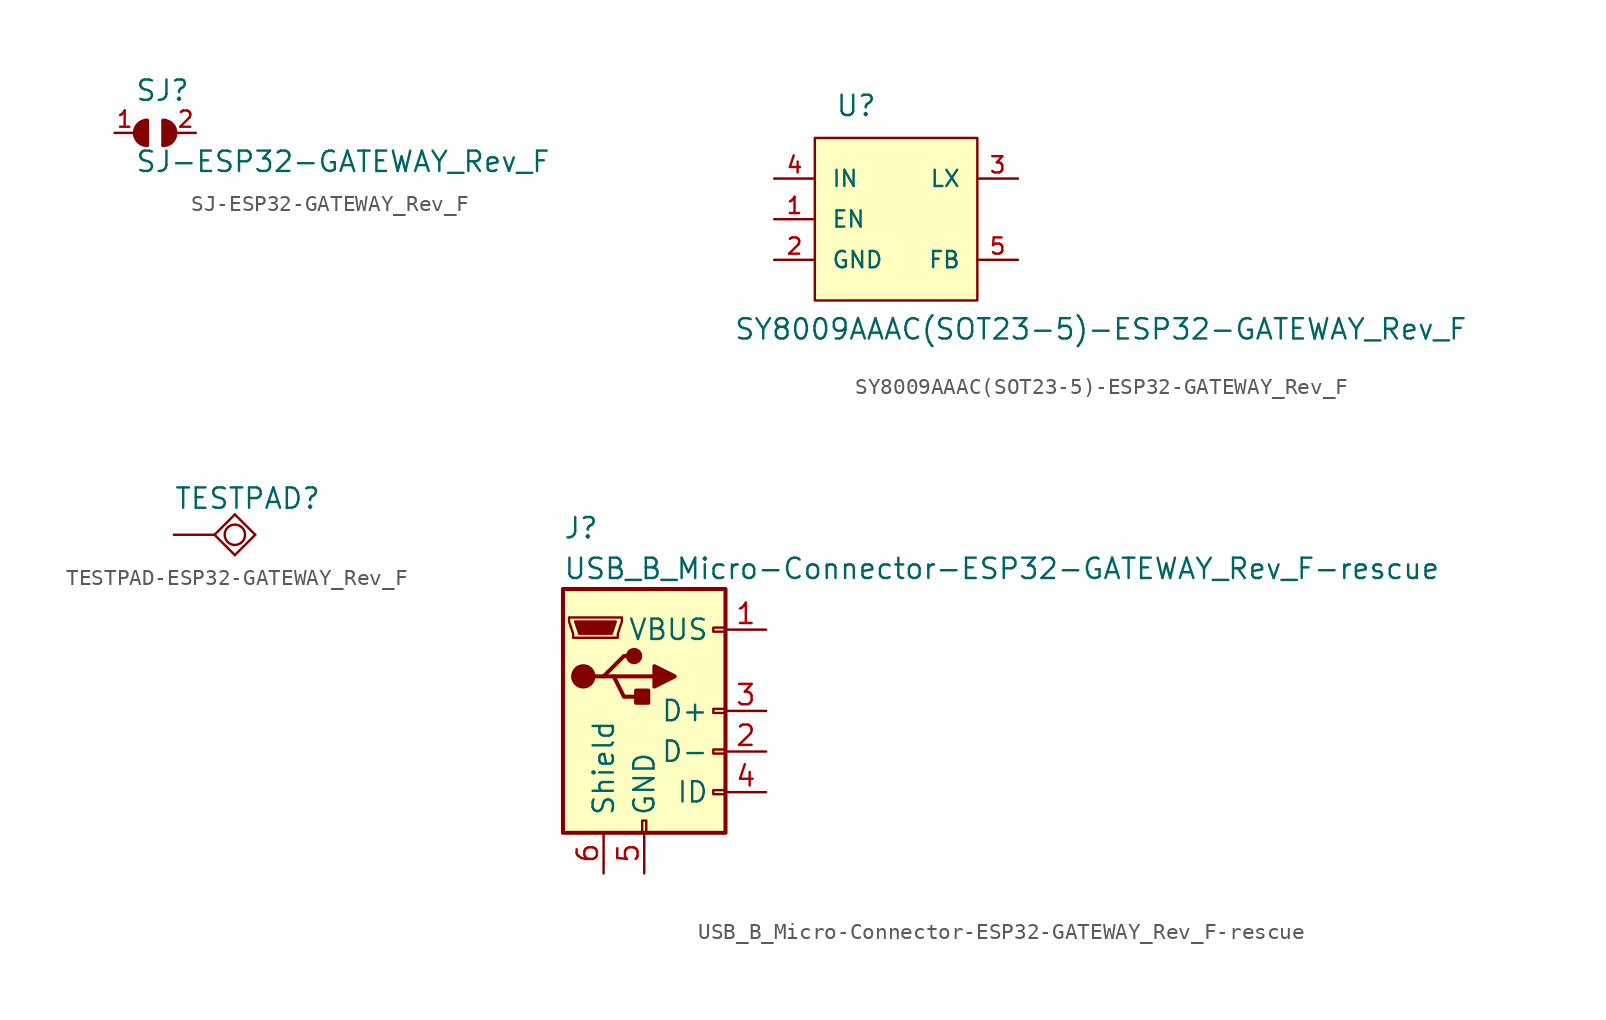
<source format=kicad_sym>
(kicad_symbol_lib
  (version 20220914)
  (generator kicad_symbol_editor)
  (symbol "SJ-ESP32-GATEWAY_Rev_F"
    (pin_names
      (offset 1.016) hide)
    (property "Reference" "SJ"
      (at -1.27 1.905 0)
      (effects (font (size 1.27 1.27)) (justify left bottom)))
    (property "Value" "SJ-ESP32-GATEWAY_Rev_F"
      (at -1.27 -2.54 0)
      (effects (font (size 1.27 1.27)) (justify left bottom)))
    (property "Datasheet" ""
      (at 0 0 0)
      (effects (font (size 1.524 1.524))))
    (symbol "SJ-ESP32-GATEWAY_Rev_F_0_1"
      (arc (start -0.508 0.762) (mid -1.27 0) (end -0.508 -0.762) (stroke (width 0.254) (type solid)) (fill (type none)))
      (polyline (pts (xy -1.143 0.381) (xy -1.143 -0.254)) (stroke (width 0.254) (type solid)) (fill (type none)))
      (polyline (pts (xy -1.016 0.508) (xy -1.016 -0.508)) (stroke (width 0.254) (type solid)) (fill (type none)))
      (polyline (pts (xy -0.889 0.508) (xy -0.889 -0.508)) (stroke (width 0.254) (type solid)) (fill (type none)))
      (polyline (pts (xy -0.762 0.635) (xy -0.762 -0.635)) (stroke (width 0.254) (type solid)) (fill (type none)))
      (polyline (pts (xy -0.635 0.762) (xy -0.635 -0.635)) (stroke (width 0.254) (type solid)) (fill (type none)))
      (polyline (pts (xy -0.508 0.762) (xy -0.508 -0.762)) (stroke (width 0.254) (type solid)) (fill (type none)))
      (polyline (pts (xy 0.508 0.762) (xy 0.508 -0.762)) (stroke (width 0.254) (type solid)) (fill (type none)))
      (polyline (pts (xy 0.635 0.762) (xy 0.635 -0.635)) (stroke (width 0.254) (type solid)) (fill (type none)))
      (polyline (pts (xy 0.762 0.635) (xy 0.762 -0.635)) (stroke (width 0.254) (type solid)) (fill (type none)))
      (polyline (pts (xy 0.889 0.508) (xy 0.889 -0.508)) (stroke (width 0.254) (type solid)) (fill (type none)))
      (polyline (pts (xy 1.016 0.508) (xy 1.016 -0.381)) (stroke (width 0.254) (type solid)) (fill (type none)))
      (polyline (pts (xy 1.143 0.381) (xy 1.143 -0.381)) (stroke (width 0.254) (type solid)) (fill (type none)))
      (arc (start 0.508 -0.762) (mid 1.0468 -0.5388) (end 1.27 0) (stroke (width 0.254) (type solid)) (fill (type none)))
      (arc (start 1.27 0) (mid 1.0468 0.5388) (end 0.508 0.762) (stroke (width 0.254) (type solid)) (fill (type none))))
    (symbol "SJ-ESP32-GATEWAY_Rev_F_1_1"
      (pin passive line (at -2.54 0 0) (length 1.27) (name "1" (effects (font (size 0.508 0.508)))) (number "1" (effects (font (size 1.016 1.016)))))
      (pin passive line (at 2.54 0 180) (length 1.27) (name "2" (effects (font (size 0.508 0.508)))) (number "2" (effects (font (size 1.016 1.016)))))))
  (symbol "SY8009AAAC(SOT23-5)-ESP32-GATEWAY_Rev_F"
    (pin_names
      (offset 1.016))
    (property "Reference" "U"
      (at -3.81 6.35 0)
      (effects (font (size 1.27 1.27)) (justify left bottom)))
    (property "Value" "SY8009AAAC(SOT23-5)-ESP32-GATEWAY_Rev_F"
      (at -10.16 -7.62 0)
      (effects (font (size 1.27 1.27)) (justify left bottom)))
    (property "Datasheet" ""
      (at 0 0 0)
      (effects (font (size 1.524 1.524))))
    (property "ki_locked" ""
      (at 0 0 0)
      (effects (font (size 1.27 1.27))))
    (symbol "SY8009AAAC(SOT23-5)-ESP32-GATEWAY_Rev_F_0_1"
      (rectangle (start -5.08 5.08) (end 5.08 -5.08) (stroke (width 0) (type solid)) (fill (type background))))
    (symbol "SY8009AAAC(SOT23-5)-ESP32-GATEWAY_Rev_F_1_1"
      (pin input line (at -7.62 0 0) (length 2.54) (name "EN" (effects (font (size 1.016 1.016)))) (number "1" (effects (font (size 1.016 1.016)))))
      (pin power_in line (at -7.62 -2.54 0) (length 2.54) (name "GND" (effects (font (size 1.016 1.016)))) (number "2" (effects (font (size 1.016 1.016)))))
      (pin output line (at 7.62 2.54 180) (length 2.54) (name "LX" (effects (font (size 1.016 1.016)))) (number "3" (effects (font (size 1.016 1.016)))))
      (pin input line (at -7.62 2.54 0) (length 2.54) (name "IN" (effects (font (size 1.016 1.016)))) (number "4" (effects (font (size 1.016 1.016)))))
      (pin input line (at 7.62 -2.54 180) (length 2.54) (name "FB" (effects (font (size 1.016 1.016)))) (number "5" (effects (font (size 1.016 1.016)))))))
  (symbol "TESTPAD-ESP32-GATEWAY_Rev_F"
    (pin_numbers hide)
    (pin_names
      (offset 0) hide)
    (property "Reference" "TESTPAD"
      (at -2.54 1.524 0)
      (effects (font (size 1.27 1.27)) (justify left bottom)))
    (property "Datasheet" ""
      (at 0 0 90)
      (effects (font (size 1.524 1.524))))
    (symbol "TESTPAD-ESP32-GATEWAY_Rev_F_1_0"
      (polyline (pts (xy 0 0) (xy 1.27 -1.27)) (stroke (width 0) (type solid)) (fill (type none)))
      (polyline (pts (xy 1.27 -1.27) (xy 2.54 0)) (stroke (width 0) (type solid)) (fill (type none)))
      (polyline (pts (xy 1.27 1.27) (xy 0 0)) (stroke (width 0) (type solid)) (fill (type none)))
      (polyline (pts (xy 2.54 0) (xy 1.27 1.27)) (stroke (width 0) (type solid)) (fill (type none))))
    (symbol "TESTPAD-ESP32-GATEWAY_Rev_F_1_1"
      (circle (center 1.27 0) (radius 0.635) (stroke (width 0) (type solid)) (fill (type none)))
      (pin passive line (at -2.54 0 0) (length 2.54) (name "Pad" (effects (font (size 1.016 1.016)))) (number "1" (effects (font (size 1.016 1.016)))))))
  (symbol "USB_B_Micro-Connector-ESP32-GATEWAY_Rev_F-rescue"
    (pin_names
      (offset 1.016))
    (property "Reference" "J"
      (at -5.08 11.43 0)
      (effects (font (size 1.27 1.27)) (justify left)))
    (property "Value" "USB_B_Micro-Connector-ESP32-GATEWAY_Rev_F-rescue"
      (at -5.08 8.89 0)
      (effects (font (size 1.27 1.27)) (justify left)))
    (symbol "USB_B_Micro-Connector-ESP32-GATEWAY_Rev_F-rescue_0_1"
      (rectangle (start -5.08 -7.62) (end 5.08 7.62) (stroke (width 0.254) (type solid)) (fill (type background)))
      (circle (center -3.81 2.159) (radius 0.635) (stroke (width 0.254) (type solid)) (fill (type outline)))
      (circle (center -0.635 3.429) (radius 0.381) (stroke (width 0.254) (type solid)) (fill (type outline)))
      (rectangle (start -0.127 -7.62) (end 0.127 -6.858) (stroke (width 0) (type solid)) (fill (type none)))
      (polyline (pts (xy -1.905 2.159) (xy 0.635 2.159)) (stroke (width 0.254) (type solid)) (fill (type none)))
      (polyline (pts (xy -3.175 2.159) (xy -2.54 2.159) (xy -1.27 3.429) (xy -0.635 3.429)) (stroke (width 0.254) (type solid)) (fill (type none)))
      (polyline (pts (xy -2.54 2.159) (xy -1.905 2.159) (xy -1.27 0.889) (xy 0 0.889)) (stroke (width 0.254) (type solid)) (fill (type none)))
      (polyline (pts (xy 0.635 2.794) (xy 0.635 1.524) (xy 1.905 2.159) (xy 0.635 2.794)) (stroke (width 0.254) (type solid)) (fill (type outline)))
      (polyline (pts (xy -4.318 5.588) (xy -1.778 5.588) (xy -2.032 4.826) (xy -4.064 4.826) (xy -4.318 5.588)) (stroke (width 0) (type solid)) (fill (type outline)))
      (polyline (pts (xy -4.699 5.842) (xy -4.699 5.588) (xy -4.445 4.826) (xy -4.445 4.572) (xy -1.651 4.572) (xy -1.651 4.826) (xy -1.397 5.588) (xy -1.397 5.842) (xy -4.699 5.842)) (stroke (width 0) (type solid)) (fill (type none)))
      (rectangle (start 0.254 1.27) (end -0.508 0.508) (stroke (width 0.254) (type solid)) (fill (type outline)))
      (rectangle (start 5.08 -5.207) (end 4.318 -4.953) (stroke (width 0) (type solid)) (fill (type none)))
      (rectangle (start 5.08 -2.667) (end 4.318 -2.413) (stroke (width 0) (type solid)) (fill (type none)))
      (rectangle (start 5.08 -0.127) (end 4.318 0.127) (stroke (width 0) (type solid)) (fill (type none)))
      (rectangle (start 5.08 4.953) (end 4.318 5.207) (stroke (width 0) (type solid)) (fill (type none))))
    (symbol "USB_B_Micro-Connector-ESP32-GATEWAY_Rev_F-rescue_1_1"
      (pin power_in line (at 7.62 5.08 180) (length 2.54) (name "VBUS" (effects (font (size 1.27 1.27)))) (number "1" (effects (font (size 1.27 1.27)))))
      (pin bidirectional line (at 7.62 -2.54 180) (length 2.54) (name "D-" (effects (font (size 1.27 1.27)))) (number "2" (effects (font (size 1.27 1.27)))))
      (pin bidirectional line (at 7.62 0 180) (length 2.54) (name "D+" (effects (font (size 1.27 1.27)))) (number "3" (effects (font (size 1.27 1.27)))))
      (pin passive line (at 7.62 -5.08 180) (length 2.54) (name "ID" (effects (font (size 1.27 1.27)))) (number "4" (effects (font (size 1.27 1.27)))))
      (pin power_in line (at 0 -10.16 90) (length 2.54) (name "GND" (effects (font (size 1.27 1.27)))) (number "5" (effects (font (size 1.27 1.27)))))
      (pin passive line (at -2.54 -10.16 90) (length 2.54) (name "Shield" (effects (font (size 1.27 1.27)))) (number "6" (effects (font (size 1.27 1.27))))))))
</source>
